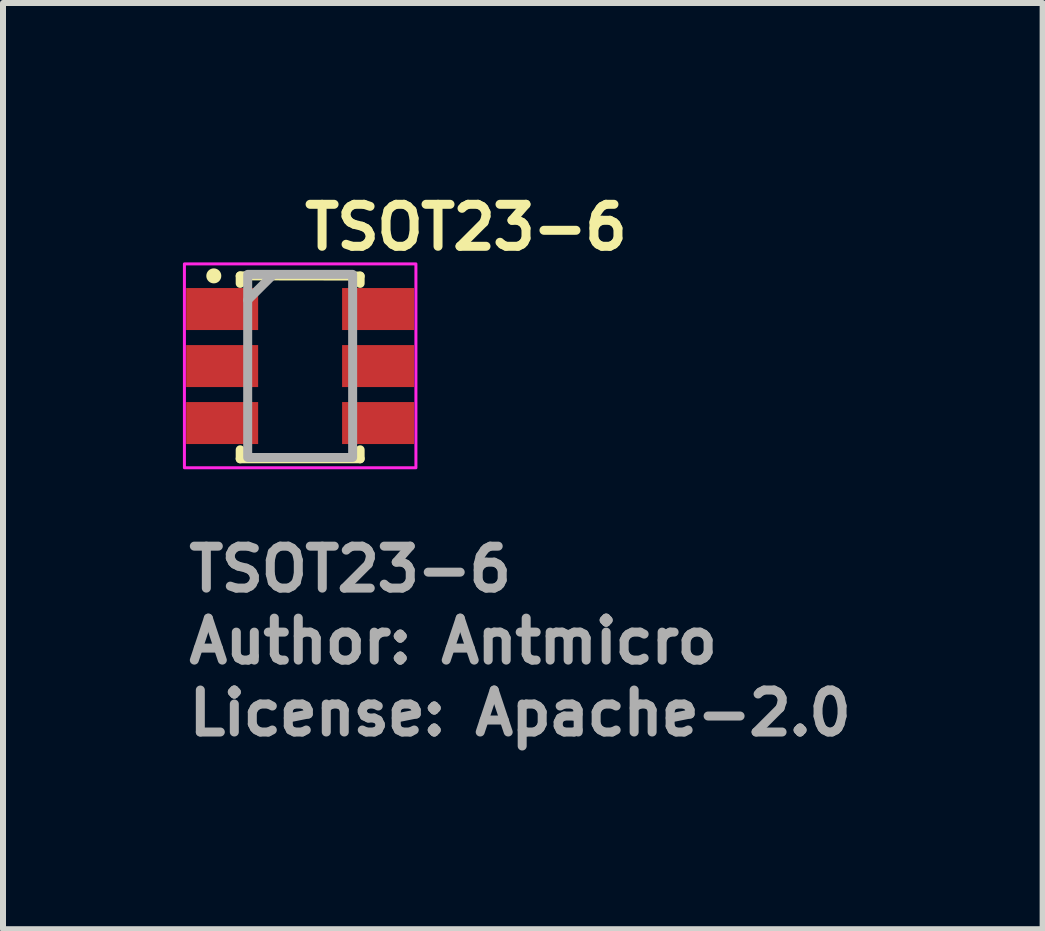
<source format=kicad_pcb>
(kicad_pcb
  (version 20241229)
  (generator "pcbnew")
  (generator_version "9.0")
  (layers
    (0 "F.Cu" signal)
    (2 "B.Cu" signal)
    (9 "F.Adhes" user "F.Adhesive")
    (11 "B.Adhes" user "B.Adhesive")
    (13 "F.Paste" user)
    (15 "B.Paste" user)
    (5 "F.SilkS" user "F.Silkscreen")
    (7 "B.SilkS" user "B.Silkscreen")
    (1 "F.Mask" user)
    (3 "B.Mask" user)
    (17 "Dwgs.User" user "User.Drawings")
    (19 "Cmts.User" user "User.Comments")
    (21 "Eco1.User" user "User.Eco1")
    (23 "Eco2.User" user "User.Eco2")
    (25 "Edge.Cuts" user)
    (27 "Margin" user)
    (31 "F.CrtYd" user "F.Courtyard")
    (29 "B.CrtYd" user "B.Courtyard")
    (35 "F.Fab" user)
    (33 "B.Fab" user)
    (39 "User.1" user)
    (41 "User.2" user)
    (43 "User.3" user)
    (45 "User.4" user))
  (footprint "TSOT23-6"
    (layer "F.Cu")
    (at 1.955 3.05)
    (property "Reference" "TSOT23-6" (at 0 -1.9 0) (layer "F.SilkS") (effects (font (size 0.7 0.7) (thickness 0.15)) (justify left bottom)))
    (attr smd)
    (fp_line (start -1 -1.5) (end -1 -1.375) (stroke (width 0.15) (type solid)) (layer "F.SilkS"))
    (fp_line (start -1 1.55) (end -1 1.4) (stroke (width 0.15) (type solid)) (layer "F.SilkS"))
    (fp_line (start 1 -1.497) (end -1 -1.5) (stroke (width 0.15) (type solid)) (layer "F.SilkS"))
    (fp_line (start 1 -1.497) (end 1 -1.375) (stroke (width 0.15) (type solid)) (layer "F.SilkS"))
    (fp_line (start 1 1.55) (end -1 1.55) (stroke (width 0.15) (type solid)) (layer "F.SilkS"))
    (fp_line (start 1 1.55) (end 1 1.4) (stroke (width 0.15) (type solid)) (layer "F.SilkS"))
    (fp_circle (center -1.44 -1.5) (end -1.39 -1.5) (stroke (width 0.15) (type solid)) (fill yes) (layer "F.SilkS"))
    (fp_rect (start 1.93 -1.7) (end -1.93 1.7) (stroke (width 0.05) (type solid)) (fill no) (layer "F.CrtYd"))
    (fp_line (start -0.45 -1.521) (end -0.876 -1.096) (stroke (width 0.15) (type solid)) (layer "F.Fab"))
    (fp_rect (start 0.875 1.528) (end -0.875 -1.525) (stroke (width 0.15) (type solid)) (fill no) (layer "F.Fab"))
    (fp_rect (start 1.23 -1.397) (end -1.23 1.396) (stroke (width 0.15) (type solid)) (fill no) (layer "User.5"))
    (fp_line (start -1.197 -0.724) (end -1.197 -1.182) (stroke (width 0.01) (type solid)) (layer "User.9"))
    (fp_line (start -1.197 0.228) (end -1.197 -0.229) (stroke (width 0.01) (type solid)) (layer "User.9"))
    (fp_line (start -1.197 1.181) (end -1.197 0.723) (stroke (width 0.01) (type solid)) (layer "User.9"))
    (fp_line (start -0.994 -1.182) (end -1.197 -1.182) (stroke (width 0.01) (type solid)) (layer "User.9"))
    (fp_line (start -0.994 -0.724) (end -1.197 -0.724) (stroke (width 0.01) (type solid)) (layer "User.9"))
    (fp_line (start -0.994 -0.229) (end -1.197 -0.229) (stroke (width 0.01) (type solid)) (layer "User.9"))
    (fp_line (start -0.994 0.228) (end -1.197 0.228) (stroke (width 0.01) (type solid)) (layer "User.9"))
    (fp_line (start -0.994 0.723) (end -1.197 0.723) (stroke (width 0.01) (type solid)) (layer "User.9"))
    (fp_line (start -0.994 1.181) (end -1.197 1.181) (stroke (width 0.01) (type solid)) (layer "User.9"))
    (fp_line (start -0.918 -1.182) (end -0.994 -1.182) (stroke (width 0.01) (type solid)) (layer "User.9"))
    (fp_line (start -0.918 -0.724) (end -0.994 -0.724) (stroke (width 0.01) (type solid)) (layer "User.9"))
    (fp_line (start -0.918 -0.724) (end -0.918 -1.182) (stroke (width 0.01) (type solid)) (layer "User.9"))
    (fp_line (start -0.918 -0.229) (end -0.994 -0.229) (stroke (width 0.01) (type solid)) (layer "User.9"))
    (fp_line (start -0.918 0.228) (end -0.994 0.228) (stroke (width 0.01) (type solid)) (layer "User.9"))
    (fp_line (start -0.918 0.228) (end -0.918 -0.229) (stroke (width 0.01) (type solid)) (layer "User.9"))
    (fp_line (start -0.918 0.723) (end -0.994 0.723) (stroke (width 0.01) (type solid)) (layer "User.9"))
    (fp_line (start -0.918 1.181) (end -0.994 1.181) (stroke (width 0.01) (type solid)) (layer "User.9"))
    (fp_line (start -0.918 1.181) (end -0.918 0.723) (stroke (width 0.01) (type solid)) (layer "User.9"))
    (fp_line (start -0.638 -1.182) (end -0.918 -1.182) (stroke (width 0.01) (type solid)) (layer "User.9"))
    (fp_line (start -0.638 -0.724) (end -0.918 -0.724) (stroke (width 0.01) (type solid)) (layer "User.9"))
    (fp_line (start -0.638 -0.229) (end -0.918 -0.229) (stroke (width 0.01) (type solid)) (layer "User.9"))
    (fp_line (start -0.638 0.228) (end -0.918 0.228) (stroke (width 0.01) (type solid)) (layer "User.9"))
    (fp_line (start -0.638 0.723) (end -0.918 0.723) (stroke (width 0.01) (type solid)) (layer "User.9"))
    (fp_line (start -0.638 1.181) (end -0.918 1.181) (stroke (width 0.01) (type solid)) (layer "User.9"))
    (fp_line (start -0.626 -1.397) (end -0.441 -1.213) (stroke (width 0.01) (type solid)) (layer "User.9"))
    (fp_line (start -0.626 -1.397) (end 0.644 -1.397) (stroke (width 0.01) (type solid)) (layer "User.9"))
    (fp_line (start -0.626 -1.182) (end -0.626 -1.397) (stroke (width 0.01) (type solid)) (layer "User.9"))
    (fp_line (start -0.626 -0.229) (end -0.626 -0.724) (stroke (width 0.01) (type solid)) (layer "User.9"))
    (fp_line (start -0.626 0.723) (end -0.626 0.228) (stroke (width 0.01) (type solid)) (layer "User.9"))
    (fp_line (start -0.626 1.396) (end -0.626 1.181) (stroke (width 0.01) (type solid)) (layer "User.9"))
    (fp_line (start -0.626 1.396) (end -0.441 1.212) (stroke (width 0.01) (type solid)) (layer "User.9"))
    (fp_line (start -0.616 -1.182) (end -0.638 -1.182) (stroke (width 0.01) (type solid)) (layer "User.9"))
    (fp_line (start -0.616 -1.182) (end -0.616 -0.724) (stroke (width 0.01) (type solid)) (layer "User.9"))
    (fp_line (start -0.616 -0.724) (end -0.638 -0.724) (stroke (width 0.01) (type solid)) (layer "User.9"))
    (fp_line (start -0.616 -0.229) (end -0.638 -0.229) (stroke (width 0.01) (type solid)) (layer "User.9"))
    (fp_line (start -0.616 -0.229) (end -0.616 0.228) (stroke (width 0.01) (type solid)) (layer "User.9"))
    (fp_line (start -0.616 0.228) (end -0.638 0.228) (stroke (width 0.01) (type solid)) (layer "User.9"))
    (fp_line (start -0.616 0.723) (end -0.638 0.723) (stroke (width 0.01) (type solid)) (layer "User.9"))
    (fp_line (start -0.616 0.723) (end -0.616 1.181) (stroke (width 0.01) (type solid)) (layer "User.9"))
    (fp_line (start -0.616 1.181) (end -0.638 1.181) (stroke (width 0.01) (type solid)) (layer "User.9"))
    (fp_line (start -0.441 -1.213) (end -0.441 1.212) (stroke (width 0.01) (type solid)) (layer "User.9"))
    (fp_line (start -0.441 1.212) (end 0.46 1.212) (stroke (width 0.01) (type solid)) (layer "User.9"))
    (fp_line (start 0.46 -1.213) (end -0.441 -1.213) (stroke (width 0.01) (type solid)) (layer "User.9"))
    (fp_line (start 0.46 -1.213) (end 0.644 -1.397) (stroke (width 0.01) (type solid)) (layer "User.9"))
    (fp_line (start 0.46 1.212) (end 0.46 -1.213) (stroke (width 0.01) (type solid)) (layer "User.9"))
    (fp_line (start 0.46 1.212) (end 0.644 1.396) (stroke (width 0.01) (type solid)) (layer "User.9"))
    (fp_line (start 0.635 -1.182) (end 0.67 -1.182) (stroke (width 0.01) (type solid)) (layer "User.9"))
    (fp_line (start 0.635 -0.724) (end 0.635 -1.182) (stroke (width 0.01) (type solid)) (layer "User.9"))
    (fp_line (start 0.635 -0.724) (end 0.67 -0.724) (stroke (width 0.01) (type solid)) (layer "User.9"))
    (fp_line (start 0.635 -0.229) (end 0.67 -0.229) (stroke (width 0.01) (type solid)) (layer "User.9"))
    (fp_line (start 0.635 0.228) (end 0.635 -0.229) (stroke (width 0.01) (type solid)) (layer "User.9"))
    (fp_line (start 0.635 0.228) (end 0.67 0.228) (stroke (width 0.01) (type solid)) (layer "User.9"))
    (fp_line (start 0.635 0.723) (end 0.67 0.723) (stroke (width 0.01) (type solid)) (layer "User.9"))
    (fp_line (start 0.635 1.181) (end 0.635 0.723) (stroke (width 0.01) (type solid)) (layer "User.9"))
    (fp_line (start 0.635 1.181) (end 0.67 1.181) (stroke (width 0.01) (type solid)) (layer "User.9"))
    (fp_line (start 0.644 -1.397) (end 0.644 -1.182) (stroke (width 0.01) (type solid)) (layer "User.9"))
    (fp_line (start 0.644 -0.724) (end 0.644 -0.229) (stroke (width 0.01) (type solid)) (layer "User.9"))
    (fp_line (start 0.644 0.228) (end 0.644 0.723) (stroke (width 0.01) (type solid)) (layer "User.9"))
    (fp_line (start 0.644 1.181) (end 0.644 1.396) (stroke (width 0.01) (type solid)) (layer "User.9"))
    (fp_line (start 0.644 1.396) (end -0.626 1.396) (stroke (width 0.01) (type solid)) (layer "User.9"))
    (fp_line (start 0.67 -1.182) (end 0.949 -1.182) (stroke (width 0.01) (type solid)) (layer "User.9"))
    (fp_line (start 0.67 -0.724) (end 0.949 -0.724) (stroke (width 0.01) (type solid)) (layer "User.9"))
    (fp_line (start 0.67 -0.229) (end 0.949 -0.229) (stroke (width 0.01) (type solid)) (layer "User.9"))
    (fp_line (start 0.67 0.228) (end 0.949 0.228) (stroke (width 0.01) (type solid)) (layer "User.9"))
    (fp_line (start 0.67 0.723) (end 0.949 0.723) (stroke (width 0.01) (type solid)) (layer "User.9"))
    (fp_line (start 0.67 1.181) (end 0.949 1.181) (stroke (width 0.01) (type solid)) (layer "User.9"))
    (fp_line (start 0.949 -1.182) (end 0.949 -0.724) (stroke (width 0.01) (type solid)) (layer "User.9"))
    (fp_line (start 0.949 -1.182) (end 1.025 -1.182) (stroke (width 0.01) (type solid)) (layer "User.9"))
    (fp_line (start 0.949 -0.724) (end 1.025 -0.724) (stroke (width 0.01) (type solid)) (layer "User.9"))
    (fp_line (start 0.949 -0.229) (end 0.949 0.228) (stroke (width 0.01) (type solid)) (layer "User.9"))
    (fp_line (start 0.949 -0.229) (end 1.025 -0.229) (stroke (width 0.01) (type solid)) (layer "User.9"))
    (fp_line (start 0.949 0.228) (end 1.025 0.228) (stroke (width 0.01) (type solid)) (layer "User.9"))
    (fp_line (start 0.949 0.723) (end 0.949 1.181) (stroke (width 0.01) (type solid)) (layer "User.9"))
    (fp_line (start 0.949 0.723) (end 1.025 0.723) (stroke (width 0.01) (type solid)) (layer "User.9"))
    (fp_line (start 0.949 1.181) (end 1.025 1.181) (stroke (width 0.01) (type solid)) (layer "User.9"))
    (fp_line (start 1.025 -1.182) (end 1.229 -1.182) (stroke (width 0.01) (type solid)) (layer "User.9"))
    (fp_line (start 1.025 -0.724) (end 1.229 -0.724) (stroke (width 0.01) (type solid)) (layer "User.9"))
    (fp_line (start 1.025 -0.229) (end 1.229 -0.229) (stroke (width 0.01) (type solid)) (layer "User.9"))
    (fp_line (start 1.025 0.228) (end 1.229 0.228) (stroke (width 0.01) (type solid)) (layer "User.9"))
    (fp_line (start 1.025 0.723) (end 1.229 0.723) (stroke (width 0.01) (type solid)) (layer "User.9"))
    (fp_line (start 1.025 1.181) (end 1.229 1.181) (stroke (width 0.01) (type solid)) (layer "User.9"))
    (fp_line (start 1.229 -1.182) (end 1.229 -0.724) (stroke (width 0.01) (type solid)) (layer "User.9"))
    (fp_line (start 1.229 -0.229) (end 1.229 0.228) (stroke (width 0.01) (type solid)) (layer "User.9"))
    (fp_line (start 1.229 0.723) (end 1.229 1.181) (stroke (width 0.01) (type solid)) (layer "User.9"))
    (fp_text user "Author: Antmicro" (at -1.93 5 0) (layer "F.Fab") (effects (font (size 0.7 0.7) (thickness 0.15)) (justify left bottom)))
    (fp_text user "${REFERENCE}" (at -1.93 3.8 0) (layer "F.Fab") (effects (font (size 0.7 0.7) (thickness 0.15)) (justify left bottom)))
    (fp_text user "License: Apache-2.0" (at -1.93 6.199 0) (layer "F.Fab") (effects (font (size 0.7 0.7) (thickness 0.15)) (justify left bottom)))
    (pad "1" smd rect (at -1.301 -0.947 270) (size 0.7 1.2) (layers "F.Cu" "F.Mask" "F.Paste"))
    (pad "2" smd rect (at -1.301 0.004 270) (size 0.7 1.2) (layers "F.Cu" "F.Mask" "F.Paste"))
    (pad "3" smd rect (at -1.301 0.954 270) (size 0.7 1.2) (layers "F.Cu" "F.Mask" "F.Paste"))
    (pad "4" smd rect (at 1.299 0.954 270) (size 0.7 1.2) (layers "F.Cu" "F.Mask" "F.Paste"))
    (pad "5" smd rect (at 1.299 0.004 270) (size 0.7 1.2) (layers "F.Cu" "F.Mask" "F.Paste"))
    (pad "6" smd rect (at 1.299 -0.947 270) (size 0.7 1.2) (layers "F.Cu" "F.Mask" "F.Paste")))
  (gr_rect
    (start -3 -3)
    (end 14.335 12.444)
    (stroke (width 0.1) (type default))
    (fill no)
    (layer "Edge.Cuts")))
</source>
